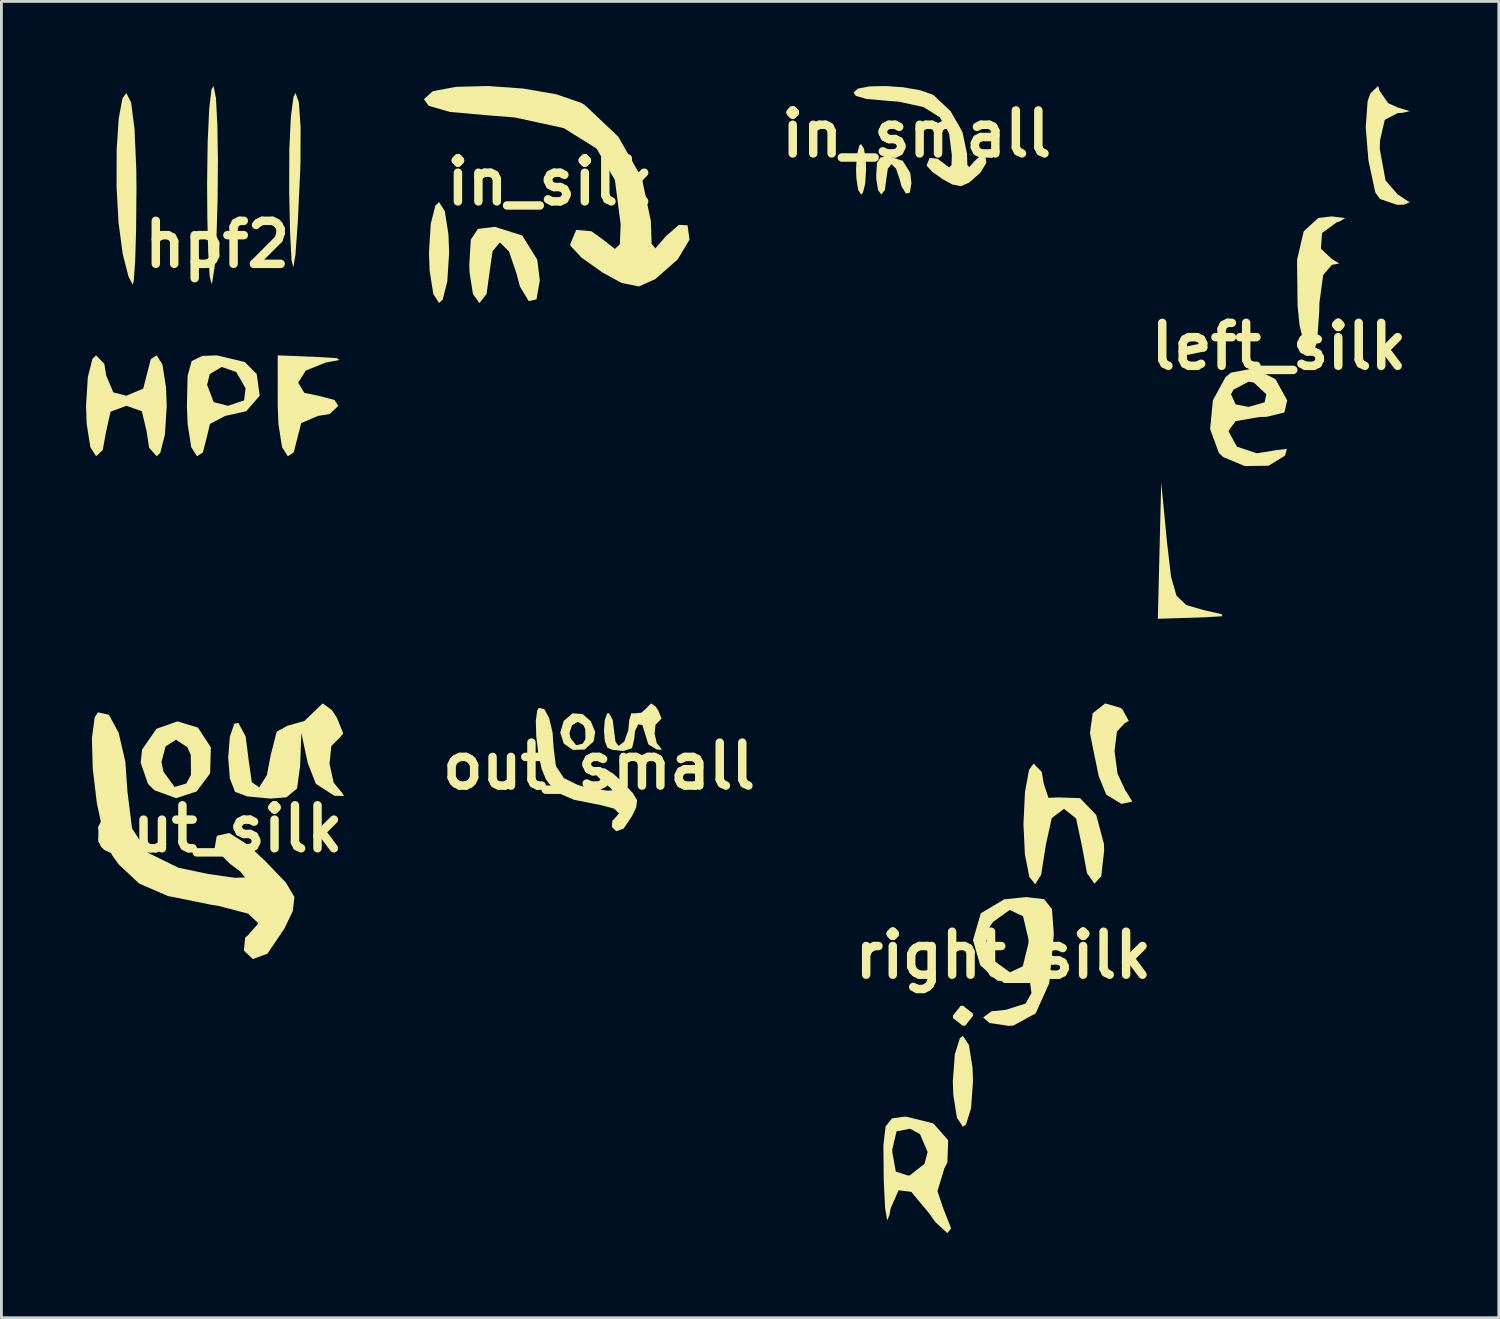
<source format=kicad_pcb>
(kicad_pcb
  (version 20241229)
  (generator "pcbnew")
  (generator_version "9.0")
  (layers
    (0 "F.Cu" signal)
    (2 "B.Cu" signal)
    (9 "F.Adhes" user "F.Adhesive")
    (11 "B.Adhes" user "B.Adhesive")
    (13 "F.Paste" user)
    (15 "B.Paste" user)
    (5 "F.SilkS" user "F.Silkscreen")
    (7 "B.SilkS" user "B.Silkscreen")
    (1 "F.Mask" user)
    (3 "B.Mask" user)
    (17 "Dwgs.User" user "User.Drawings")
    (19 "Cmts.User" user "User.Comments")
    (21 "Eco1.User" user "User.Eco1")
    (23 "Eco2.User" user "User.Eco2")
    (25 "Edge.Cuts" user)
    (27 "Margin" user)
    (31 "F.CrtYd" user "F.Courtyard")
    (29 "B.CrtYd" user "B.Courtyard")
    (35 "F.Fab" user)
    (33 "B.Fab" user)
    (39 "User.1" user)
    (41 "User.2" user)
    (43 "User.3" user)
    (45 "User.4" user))
  (footprint "in_silk"
    (layer "F.Cu")
    (at 16.453 3.401)
    (property "Reference" "in_silk" (at 0 0 0) (layer "F.SilkS") (effects (font (size 1.524 1.524) (thickness 0.3))))
    (attr through_hole)
    (fp_poly (pts (xy -3.731 1.037) (xy -3.602 1.86) (xy -3.577 2.504) (xy -3.642 3.525) (xy -3.806 4.172) (xy -3.935 4.293) (xy -4.139 3.971) (xy -4.269 3.149) (xy -4.293 2.504) (xy -4.229 1.484) (xy -4.064 0.836) (xy -3.935 0.715)) (stroke (width 0) (type solid)) (fill yes) (layer "F.SilkS"))
    (fp_poly (pts (xy -1.954 1.593) (xy -0.982 1.902) (xy -0.453 2.757) (xy -0.363 3.488) (xy -0.479 4.164) (xy -0.755 4.226) (xy -1.064 3.715) (xy -1.198 3.22) (xy -1.455 2.468) (xy -1.774 2.147) (xy -1.78 2.146) (xy -2.037 2.457) (xy -2.146 3.206) (xy -2.146 3.22) (xy -2.25 3.973) (xy -2.5 4.293) (xy -2.504 4.293) (xy -2.733 3.977) (xy -2.856 3.191) (xy -2.862 2.935) (xy -2.809 2.045) (xy -2.557 1.666) (xy -1.97 1.593)) (stroke (width 0) (type solid)) (fill yes) (layer "F.SilkS"))
    (fp_poly (pts (xy -0.95 -3.311) (xy 0.214 -3.11) (xy 1.1 -2.806) (xy 1.236 -2.726) (xy 2.421 -1.603) (xy 3.255 -0.136) (xy 3.576 1.39) (xy 3.576 1.41) (xy 3.602 2.196) (xy 3.734 2.357) (xy 4.058 1.984) (xy 4.085 1.947) (xy 4.569 1.521) (xy 4.877 1.538) (xy 4.945 2.048) (xy 4.527 2.747) (xy 3.74 3.439) (xy 3.727 3.448) (xy 3.151 3.705) (xy 2.535 3.581) (xy 1.868 3.216) (xy 1.121 2.688) (xy 0.731 2.271) (xy 0.715 2.211) (xy 0.928 1.7) (xy 1.468 1.749) (xy 1.849 2.022) (xy 2.301 2.375) (xy 2.476 2.213) (xy 2.504 1.503) (xy 2.301 -0.065) (xy 1.65 -1.184) (xy 0.487 -1.908) (xy -1.25 -2.287) (xy -2.128 -2.355) (xy -3.544 -2.481) (xy -4.302 -2.698) (xy -4.472 -2.934) (xy -4.154 -3.219) (xy -3.33 -3.372) (xy -2.196 -3.401)) (stroke (width 0) (type solid)) (fill yes) (layer "F.SilkS")))
  (footprint "left_silk"
    (layer "F.Cu")
    (at 42.298 9.232)
    (property "Reference" "left_silk" (at 0 0 0) (layer "F.SilkS") (effects (font (size 1.524 1.524) (thickness 0.3))))
    (attr through_hole)
    (fp_poly (pts (xy -3.965 6.974) (xy -3.824 8.171) (xy -3.631 8.841) (xy -3.285 9.171) (xy -2.684 9.347) (xy -2.683 9.347) (xy -2.033 9.496) (xy -2.005 9.569) (xy -2.639 9.607) (xy -2.951 9.617) (xy -4.293 9.659) (xy -4.173 4.83)) (stroke (width 0) (type solid)) (fill yes) (layer "F.SilkS"))
    (fp_poly (pts (xy 2.354 -4.548) (xy 2.153 -4.43) (xy 2.057 -4.404) (xy 1.528 -4.016) (xy 1.49 -3.461) (xy 1.878 -3.099) (xy 2.142 -2.937) (xy 1.878 -2.89) (xy 1.569 -2.528) (xy 1.435 -1.533) (xy 1.431 -1.252) (xy 1.352 -0.135) (xy 1.163 0.307) (xy 0.932 0.094) (xy 0.731 -0.756) (xy 0.661 -1.453) (xy 0.644 -3.07) (xy 0.879 -4.079) (xy 1.394 -4.553) (xy 1.867 -4.609)) (stroke (width 0) (type solid)) (fill yes) (layer "F.SilkS"))
    (fp_poly (pts (xy 3.572 -9.059) (xy 3.873 -8.625) (xy 4.204 -8.475) (xy 4.644 -8.339) (xy 4.39 -8.283) (xy 4.204 -8.27) (xy 3.754 -8.034) (xy 3.585 -7.304) (xy 3.577 -6.994) (xy 3.781 -5.885) (xy 4.204 -5.395) (xy 4.636 -5.109) (xy 4.437 -5.026) (xy 4.192 -5.019) (xy 3.582 -5.225) (xy 3.418 -5.456) (xy 3.174 -6.594) (xy 3.078 -7.771) (xy 3.145 -8.695) (xy 3.246 -8.974) (xy 3.517 -9.232)) (stroke (width 0) (type solid)) (fill yes) (layer "F.SilkS"))
    (fp_poly (pts (xy -0.121 1.164) (xy 0.295 1.917) (xy 0.193 2.344) (xy -0.435 2.499) (xy -0.689 2.504) (xy -1.537 2.651) (xy -1.789 3.003) (xy -1.491 3.555) (xy -0.782 3.791) (xy -0.12 3.684) (xy 0.284 3.634) (xy 0.216 3.874) (xy -0.364 4.231) (xy -1.213 4.243) (xy -1.977 3.924) (xy -2.129 3.778) (xy -2.439 2.93) (xy -2.341 1.912) (xy -2.225 1.699) (xy -1.699 1.699) (xy -1.533 2.058) (xy -1.073 2.146) (xy -0.506 1.982) (xy -0.447 1.699) (xy -0.887 1.284) (xy -1.073 1.252) (xy -1.61 1.534) (xy -1.699 1.699) (xy -2.225 1.699) (xy -1.889 1.085) (xy -1.699 0.932) (xy -0.881 0.777)) (stroke (width 0) (type solid)) (fill yes) (layer "F.SilkS")))
  (footprint "in_small"
    (layer "F.Cu")
    (at 29.45 1.7)
    (property "Reference" "in_small" (at 0 0 0) (layer "F.SilkS") (effects (font (size 1.524 1.524) (thickness 0.3))))
    (attr through_hole)
    (fp_poly (pts (xy -1.866 0.519) (xy -1.801 0.93) (xy -1.789 1.252) (xy -1.821 1.762) (xy -1.903 2.086) (xy -1.968 2.146) (xy -2.07 1.986) (xy -2.134 1.574) (xy -2.146 1.252) (xy -2.114 0.742) (xy -2.032 0.418) (xy -1.968 0.358)) (stroke (width 0) (type solid)) (fill yes) (layer "F.SilkS"))
    (fp_poly (pts (xy -0.977 0.797) (xy -0.491 0.951) (xy -0.226 1.378) (xy -0.182 1.744) (xy -0.24 2.082) (xy -0.378 2.113) (xy -0.532 1.858) (xy -0.599 1.61) (xy -0.727 1.234) (xy -0.887 1.073) (xy -0.89 1.073) (xy -1.019 1.229) (xy -1.073 1.603) (xy -1.073 1.61) (xy -1.125 1.987) (xy -1.25 2.146) (xy -1.252 2.146) (xy -1.367 1.988) (xy -1.428 1.596) (xy -1.431 1.467) (xy -1.404 1.023) (xy -1.279 0.833) (xy -0.985 0.796)) (stroke (width 0) (type solid)) (fill yes) (layer "F.SilkS"))
    (fp_poly (pts (xy -0.475 -1.655) (xy 0.107 -1.555) (xy 0.55 -1.403) (xy 0.618 -1.363) (xy 1.21 -0.802) (xy 1.627 -0.068) (xy 1.788 0.695) (xy 1.788 0.705) (xy 1.801 1.098) (xy 1.867 1.178) (xy 2.029 0.992) (xy 2.042 0.974) (xy 2.284 0.76) (xy 2.439 0.769) (xy 2.473 1.024) (xy 2.264 1.373) (xy 1.87 1.72) (xy 1.863 1.724) (xy 1.575 1.853) (xy 1.268 1.791) (xy 0.934 1.608) (xy 0.56 1.344) (xy 0.366 1.136) (xy 0.358 1.106) (xy 0.464 0.85) (xy 0.734 0.874) (xy 0.925 1.011) (xy 1.151 1.187) (xy 1.238 1.107) (xy 1.252 0.752) (xy 1.151 -0.032) (xy 0.825 -0.592) (xy 0.244 -0.954) (xy -0.625 -1.144) (xy -1.064 -1.178) (xy -1.772 -1.241) (xy -2.151 -1.349) (xy -2.236 -1.467) (xy -2.077 -1.61) (xy -1.665 -1.686) (xy -1.098 -1.7)) (stroke (width 0) (type solid)) (fill yes) (layer "F.SilkS")))
  (footprint "out_small"
    (layer "F.Cu")
    (at 18.189 24.116)
    (property "Reference" "out_small" (at 0 0 0) (layer "F.SilkS") (effects (font (size 1.524 1.524) (thickness 0.3))))
    (attr through_hole)
    (fp_poly (pts (xy -0.583 -1.848) (xy -0.286 -1.587) (xy -0.133 -1.209) (xy -0.188 -0.878) (xy -0.51 -0.588) (xy -0.926 -0.577) (xy -1.245 -0.796) (xy -1.37 -1.181) (xy -1.046 -1.181) (xy -1.013 -0.996) (xy -0.806 -0.74) (xy -0.575 -0.8) (xy -0.483 -0.955) (xy -0.486 -1.308) (xy -0.546 -1.446) (xy -0.752 -1.573) (xy -0.952 -1.453) (xy -1.046 -1.181) (xy -1.37 -1.181) (xy -1.374 -1.191) (xy -1.247 -1.608) (xy -0.934 -1.873)) (stroke (width 0) (type solid)) (fill yes) (layer "F.SilkS"))
    (fp_poly (pts (xy 2.005 -2.119) (xy 2.103 -1.971) (xy 2.217 -1.69) (xy 2.148 -1.61) (xy 2.005 -1.468) (xy 1.973 -1.151) (xy 2.047 -0.819) (xy 2.191 -0.644) (xy 2.232 -0.582) (xy 2.057 -0.586) (xy 1.749 -0.773) (xy 1.642 -1.123) (xy 1.538 -1.457) (xy 1.39 -1.484) (xy 1.274 -1.231) (xy 1.252 -0.973) (xy 1.172 -0.636) (xy 0.87 -0.537) (xy 0.835 -0.537) (xy 0.459 -0.583) (xy 0.298 -0.656) (xy 0.206 -0.893) (xy 0.177 -1.263) (xy 0.205 -1.631) (xy 0.284 -1.863) (xy 0.358 -1.878) (xy 0.487 -1.636) (xy 0.537 -1.242) (xy 0.584 -0.869) (xy 0.696 -0.715) (xy 0.898 -0.874) (xy 1.038 -1.269) (xy 1.073 -1.635) (xy 1.147 -1.875) (xy 1.264 -1.871) (xy 1.508 -1.897) (xy 1.666 -2.042) (xy 1.847 -2.225)) (stroke (width 0) (type solid)) (fill yes) (layer "F.SilkS"))
    (fp_poly (pts (xy -1.938 -2.021) (xy -1.766 -1.702) (xy -1.646 -1.19) (xy -1.61 -0.666) (xy -1.528 -0.008) (xy -1.246 0.424) (xy -0.707 0.689) (xy -0.179 0.801) (xy 0.302 0.869) (xy 0.475 0.86) (xy 0.386 0.753) (xy 0.209 0.621) (xy -0.065 0.35) (xy -0.028 0.136) (xy -0.012 0.119) (xy 0.194 0.074) (xy 0.522 0.28) (xy 0.825 0.563) (xy 1.197 0.95) (xy 1.351 1.208) (xy 1.322 1.458) (xy 1.175 1.764) (xy 0.873 2.214) (xy 0.614 2.309) (xy 0.455 2.159) (xy 0.477 1.929) (xy 0.534 1.88) (xy 0.712 1.676) (xy 0.534 1.505) (xy 0.000333 1.366) (xy -0.134 1.344) (xy -0.894 1.191) (xy -1.402 0.97) (xy -1.766 0.629) (xy -1.886 0.46) (xy -2.036 0.088) (xy -2.152 -0.457) (xy -2.224 -1.059) (xy -2.24 -1.604) (xy -2.19 -1.977) (xy -2.132 -2.066)) (stroke (width 0) (type solid)) (fill yes) (layer "F.SilkS")))
  (footprint "out_silk"
    (layer "F.Cu")
    (at 4.688 26.339)
    (property "Reference" "out_silk" (at 0 0 0) (layer "F.SilkS") (effects (font (size 1.524 1.524) (thickness 0.3))))
    (attr through_hole)
    (fp_poly (pts (xy -0.72 -3.59) (xy -0.261 -2.888) (xy -0.288 -1.965) (xy -0.767 -1.325) (xy -1.494 -1.087) (xy -2.265 -1.369) (xy -2.49 -1.593) (xy -2.75 -2.341) (xy -2.747 -2.367) (xy -2.013 -2.367) (xy -1.941 -2.027) (xy -1.548 -1.485) (xy -1.133 -1.607) (xy -0.966 -1.911) (xy -0.973 -2.617) (xy -1.091 -2.891) (xy -1.498 -3.16) (xy -1.868 -2.921) (xy -2.013 -2.367) (xy -2.747 -2.367) (xy -2.699 -2.812) (xy -2.19 -3.548) (xy -1.447 -3.81)) (stroke (width 0) (type solid)) (fill yes) (layer "F.SilkS"))
    (fp_poly (pts (xy 4.029 -4.211) (xy 4.207 -3.941) (xy 4.434 -3.381) (xy 4.296 -3.22) (xy 4.01 -2.936) (xy 3.947 -2.301) (xy 4.093 -1.638) (xy 4.382 -1.288) (xy 4.465 -1.164) (xy 4.117 -1.173) (xy 3.463 -1.594) (xy 3.175 -2.33) (xy 2.947 -3.399) (xy 2.904 -2.236) (xy 2.796 -1.431) (xy 2.42 -1.118) (xy 1.848 -1.073) (xy 1.029 -1.15) (xy 0.596 -1.312) (xy 0.412 -1.786) (xy 0.354 -2.526) (xy 0.411 -3.262) (xy 0.569 -3.726) (xy 0.715 -3.756) (xy 0.973 -3.273) (xy 1.073 -2.483) (xy 1.19 -1.656) (xy 1.452 -1.47) (xy 1.726 -1.905) (xy 1.856 -2.594) (xy 2.072 -3.446) (xy 2.455 -3.654) (xy 3.051 -3.822) (xy 3.349 -4.107) (xy 3.704 -4.448)) (stroke (width 0) (type solid)) (fill yes) (layer "F.SilkS"))
    (fp_poly (pts (xy -3.876 -4.043) (xy -3.531 -3.404) (xy -3.293 -2.38) (xy -3.22 -1.331) (xy -3.057 -0.016) (xy -2.492 0.849) (xy -1.414 1.378) (xy -0.358 1.601) (xy 0.604 1.738) (xy 0.951 1.721) (xy 0.772 1.506) (xy 0.417 1.241) (xy -0.13 0.7) (xy -0.056 0.272) (xy -0.024 0.239) (xy 0.389 0.149) (xy 1.044 0.561) (xy 1.65 1.126) (xy 2.395 1.901) (xy 2.702 2.416) (xy 2.644 2.916) (xy 2.351 3.528) (xy 1.746 4.427) (xy 1.228 4.617) (xy 0.91 4.318) (xy 0.955 3.858) (xy 1.067 3.76) (xy 1.423 3.352) (xy 1.067 3.009) (xy 0.001 2.732) (xy -0.268 2.688) (xy -1.788 2.381) (xy -2.805 1.94) (xy -3.532 1.258) (xy -3.773 0.92) (xy -4.071 0.175) (xy -4.304 -0.914) (xy -4.448 -2.118) (xy -4.48 -3.208) (xy -4.38 -3.954) (xy -4.265 -4.132)) (stroke (width 0) (type solid)) (fill yes) (layer "F.SilkS")))
  (footprint "hpf2"
    (layer "F.Cu")
    (at 4.651 5.615)
    (property "Reference" "hpf2" (at 0 0 0) (layer "F.SilkS") (effects (font (size 1.524 1.524) (thickness 0.3))))
    (attr through_hole)
    (fp_poly (pts (xy 2.896 -5.038) (xy 2.957 -4.167) (xy 2.954 -2.925) (xy 2.943 -2.594) (xy 2.857 -0.767) (xy 2.775 0.37) (xy 2.7 0.814) (xy 2.636 0.559) (xy 2.585 -0.401) (xy 2.553 -1.878) (xy 2.558 -3.359) (xy 2.613 -4.528) (xy 2.706 -5.231) (xy 2.779 -5.366)) (stroke (width 0) (type solid)) (fill yes) (layer "F.SilkS"))
    (fp_poly (pts (xy -0.044 -5.188) (xy 0.007 -4.243) (xy 0.026 -2.977) (xy 0.015 -1.589) (xy -0.024 -0.274) (xy -0.088 0.77) (xy -0.177 1.347) (xy -0.202 1.395) (xy -0.266 1.129) (xy -0.318 0.288) (xy -0.35 -0.986) (xy -0.358 -2.146) (xy -0.337 -3.645) (xy -0.283 -4.807) (xy -0.202 -5.494) (xy -0.129 -5.615)) (stroke (width 0) (type solid)) (fill yes) (layer "F.SilkS"))
    (fp_poly (pts (xy -3.051 -5.027) (xy -2.93 -4.084) (xy -2.868 -2.645) (xy -2.862 -1.968) (xy -2.875 -0.507) (xy -2.91 0.639) (xy -2.961 1.315) (xy -2.996 1.431) (xy -3.15 1.123) (xy -3.341 0.374) (xy -3.354 0.313) (xy -3.499 -0.777) (xy -3.568 -2.064) (xy -3.564 -3.357) (xy -3.492 -4.462) (xy -3.356 -5.187) (xy -3.22 -5.366)) (stroke (width 0) (type solid)) (fill yes) (layer "F.SilkS"))
    (fp_poly (pts (xy 3.488 3.989) (xy 4.249 4.035) (xy 4.331 4.1) (xy 3.846 4.191) (xy 3.141 4.473) (xy 2.873 4.902) (xy 3.089 5.265) (xy 3.577 5.366) (xy 4.159 5.516) (xy 4.293 5.724) (xy 3.993 6.015) (xy 3.577 6.082) (xy 2.98 6.335) (xy 2.862 6.797) (xy 2.712 7.379) (xy 2.504 7.513) (xy 2.3 7.191) (xy 2.171 6.368) (xy 2.146 5.724) (xy 2.146 3.935)) (stroke (width 0) (type solid)) (fill yes) (layer "F.SilkS"))
    (fp_poly (pts (xy 0.979 4.172) (xy 1.402 4.596) (xy 1.508 5.367) (xy 1.029 5.917) (xy 0.286 6.082) (xy -0.257 6.366) (xy -0.358 6.797) (xy -0.508 7.379) (xy -0.715 7.513) (xy -0.92 7.191) (xy -1.049 6.368) (xy -1.073 5.724) (xy -1.057 4.982) (xy -0.358 4.982) (xy -0.122 5.594) (xy 0.384 5.724) (xy 0.954 5.531) (xy 1.006 5.102) (xy 0.673 4.523) (xy 0.158 4.347) (xy -0.264 4.6) (xy -0.358 4.982) (xy -1.057 4.982) (xy -1.049 4.665) (xy -0.905 4.137) (xy -0.531 3.955) (xy -0.013 3.935)) (stroke (width 0) (type solid)) (fill yes) (layer "F.SilkS"))
    (fp_poly (pts (xy -1.942 4.257) (xy -1.813 5.08) (xy -1.789 5.724) (xy -1.853 6.744) (xy -2.018 7.392) (xy -2.146 7.513) (xy -2.415 7.207) (xy -2.504 6.618) (xy -2.672 5.917) (xy -3.22 5.724) (xy -3.781 5.934) (xy -3.935 6.618) (xy -4.058 7.291) (xy -4.293 7.513) (xy -4.497 7.191) (xy -4.627 6.368) (xy -4.651 5.724) (xy -4.586 4.704) (xy -4.422 4.056) (xy -4.293 3.935) (xy -4.002 4.235) (xy -3.935 4.651) (xy -3.682 5.249) (xy -3.22 5.366) (xy -2.622 5.113) (xy -2.504 4.651) (xy -2.354 4.069) (xy -2.146 3.935)) (stroke (width 0) (type solid)) (fill yes) (layer "F.SilkS")))
  (footprint "right_silk"
    (layer "F.Cu")
    (at 32.525 30.821)
    (property "Reference" "right_silk" (at 0 0 0) (layer "F.SilkS") (effects (font (size 1.524 1.524) (thickness 0.3))))
    (attr through_hole)
    (fp_poly (pts (xy -1.084 2.061) (xy -1.073 2.146) (xy -1.345 2.494) (xy -1.431 2.504) (xy -1.778 2.232) (xy -1.789 2.146) (xy -1.516 1.799) (xy -1.431 1.789)) (stroke (width 0) (type solid)) (fill yes) (layer "F.SilkS"))
    (fp_poly (pts (xy -1.218 3.182) (xy -1.09 3.991) (xy -1.073 4.472) (xy -1.144 5.432) (xy -1.324 6.008) (xy -1.431 6.082) (xy -1.644 5.762) (xy -1.772 4.953) (xy -1.789 4.472) (xy -1.718 3.512) (xy -1.538 2.936) (xy -1.431 2.862)) (stroke (width 0) (type solid)) (fill yes) (layer "F.SilkS"))
    (fp_poly (pts (xy 4.17 -8.768) (xy 4.231 -8.708) (xy 4.45 -8.311) (xy 4.307 -8.228) (xy 4.029 -7.933) (xy 3.945 -7.242) (xy 4.049 -6.443) (xy 4.334 -5.829) (xy 4.365 -5.795) (xy 4.576 -5.448) (xy 4.192 -5.366) (xy 3.652 -5.692) (xy 3.384 -6.35) (xy 3.191 -7.285) (xy 3.073 -7.881) (xy 3.17 -8.579) (xy 3.614 -8.93)) (stroke (width 0) (type solid)) (fill yes) (layer "F.SilkS"))
    (fp_poly (pts (xy 1.365 -6.498) (xy 1.431 -6.093) (xy 1.603 -5.581) (xy 1.972 -5.596) (xy 2.722 -5.57) (xy 3.295 -4.973) (xy 3.569 -3.949) (xy 3.577 -3.713) (xy 3.473 -2.798) (xy 3.232 -2.537) (xy 2.968 -2.909) (xy 2.794 -3.846) (xy 2.581 -4.849) (xy 2.158 -5.187) (xy 2.146 -5.187) (xy 1.718 -4.863) (xy 1.501 -3.874) (xy 1.499 -3.846) (xy 1.343 -2.856) (xy 1.133 -2.518) (xy 0.923 -2.776) (xy 0.766 -3.575) (xy 0.715 -4.651) (xy 0.77 -5.794) (xy 0.912 -6.569) (xy 1.073 -6.797)) (stroke (width 0) (type solid)) (fill yes) (layer "F.SilkS"))
    (fp_poly (pts (xy -2.482 5.962) (xy -1.954 6.561) (xy -1.983 7.352) (xy -2.087 7.55) (xy -2.334 8.365) (xy -2.126 8.983) (xy -1.851 9.684) (xy -1.982 9.854) (xy -2.409 9.461) (xy -2.643 9.134) (xy -3.265 8.389) (xy -3.711 8.335) (xy -3.994 8.973) (xy -4.037 9.212) (xy -4.118 9.403) (xy -4.19 8.972) (xy -4.238 8.012) (xy -4.239 7.96) (xy -4.249 6.976) (xy -3.935 6.976) (xy -3.812 7.67) (xy -3.374 7.813) (xy -3.309 7.802) (xy -2.794 7.397) (xy -2.683 6.976) (xy -2.954 6.343) (xy -3.309 6.15) (xy -3.784 6.245) (xy -3.934 6.878) (xy -3.935 6.976) (xy -4.249 6.976) (xy -4.251 6.74) (xy -4.173 6.07) (xy -3.947 5.786) (xy -3.513 5.724) (xy -3.442 5.724)) (stroke (width 0) (type solid)) (fill yes) (layer "F.SilkS"))
    (fp_poly (pts (xy 1.448 -1.988) (xy 1.726 -1.634) (xy 1.789 -0.793) (xy 1.789 -0.694) (xy 1.628 0.994) (xy 1.149 2.061) (xy 0.358 2.494) (xy 0.188 2.504) (xy -0.489 2.403) (xy -0.715 2.208) (xy -0.413 1.986) (xy 0.078 1.939) (xy 0.79 1.713) (xy 0.999 1.343) (xy 0.941 0.896) (xy 0.558 0.936) (xy -0.204 0.905) (xy -0.819 0.353) (xy -1.011 -0.315) (xy -0.641 -0.315) (xy -0.373 0.161) (xy 0.238 0.606) (xy 0.691 0.392) (xy 0.892 -0.426) (xy 0.894 -0.566) (xy 0.7 -1.381) (xy 0.227 -1.605) (xy -0.358 -1.185) (xy -0.477 -1.014) (xy -0.641 -0.315) (xy -1.011 -0.315) (xy -1.073 -0.53) (xy -1.073 -0.537) (xy -0.797 -1.487) (xy 0.032 -1.983) (xy 0.805 -2.062)) (stroke (width 0) (type solid)) (fill yes) (layer "F.SilkS")))
  (gr_rect
    (start -3 -3)
    (end 50.095 43.675)
    (stroke (width 0.1) (type default))
    (fill no)
    (layer "Edge.Cuts")))
</source>
